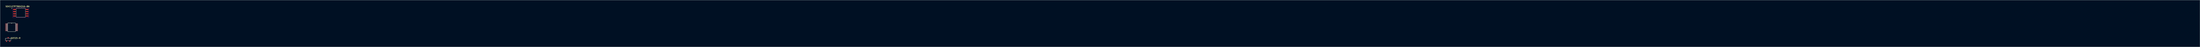
<source format=kicad_pcb>
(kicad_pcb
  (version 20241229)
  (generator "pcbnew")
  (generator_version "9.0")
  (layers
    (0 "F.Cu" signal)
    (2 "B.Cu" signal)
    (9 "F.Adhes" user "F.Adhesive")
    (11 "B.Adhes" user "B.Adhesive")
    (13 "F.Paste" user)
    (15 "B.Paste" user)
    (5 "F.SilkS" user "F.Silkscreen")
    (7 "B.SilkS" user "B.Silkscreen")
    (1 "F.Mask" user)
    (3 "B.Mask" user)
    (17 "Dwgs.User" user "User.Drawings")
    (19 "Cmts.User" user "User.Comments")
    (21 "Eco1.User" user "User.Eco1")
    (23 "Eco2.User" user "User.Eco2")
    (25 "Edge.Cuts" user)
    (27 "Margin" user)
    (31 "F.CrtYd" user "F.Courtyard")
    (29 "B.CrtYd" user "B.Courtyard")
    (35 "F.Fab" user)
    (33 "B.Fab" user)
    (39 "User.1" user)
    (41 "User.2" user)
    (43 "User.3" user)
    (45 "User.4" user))
  (footprint "SOP65P640X120-14N"
    (layer "F.Cu")
    (at 3.658 12.92)
    (property "Reference" "SOP65P640X120-14N" (at 1181.65 -2147.484 0) (layer "F.SilkS") (effects (font (size 250 250) (thickness 0.15))))
    (attr smd)
    (fp_line (start -2.261 2.54) (end 2.261 2.54) (stroke (width 0.152) (type solid)) (layer "F.SilkS"))
    (fp_line (start -0.305 -2.54) (end -2.261 -2.54) (stroke (width 0.152) (type solid)) (layer "F.SilkS"))
    (fp_line (start 0.305 -2.54) (end -0.305 -2.54) (stroke (width 0.152) (type solid)) (layer "F.SilkS"))
    (fp_line (start 2.261 -2.54) (end 0.305 -2.54) (stroke (width 0.152) (type solid)) (layer "F.SilkS"))
    (fp_arc (start 0.3048 -2.54) (mid 0 -2.2352) (end -0.3048 -2.54) (stroke (width 0.1) (type solid)) (layer "F.SilkS"))
    (fp_line (start -3.302 -2.108) (end -3.302 -1.803) (stroke (width 0.152) (type solid)) (layer "F.Fab"))
    (fp_line (start -3.302 -1.803) (end -2.261 -1.803) (stroke (width 0.152) (type solid)) (layer "F.Fab"))
    (fp_line (start -3.302 -1.448) (end -3.302 -1.143) (stroke (width 0.152) (type solid)) (layer "F.Fab"))
    (fp_line (start -3.302 -1.143) (end -2.261 -1.143) (stroke (width 0.152) (type solid)) (layer "F.Fab"))
    (fp_line (start -3.302 -0.787) (end -3.302 -0.508) (stroke (width 0.152) (type solid)) (layer "F.Fab"))
    (fp_line (start -3.302 -0.508) (end -2.261 -0.508) (stroke (width 0.152) (type solid)) (layer "F.Fab"))
    (fp_line (start -3.302 -0.152) (end -3.302 0.152) (stroke (width 0.152) (type solid)) (layer "F.Fab"))
    (fp_line (start -3.302 0.152) (end -2.261 0.152) (stroke (width 0.152) (type solid)) (layer "F.Fab"))
    (fp_line (start -3.302 0.508) (end -3.302 0.787) (stroke (width 0.152) (type solid)) (layer "F.Fab"))
    (fp_line (start -3.302 0.787) (end -2.261 0.787) (stroke (width 0.152) (type solid)) (layer "F.Fab"))
    (fp_line (start -3.302 1.143) (end -3.302 1.448) (stroke (width 0.152) (type solid)) (layer "F.Fab"))
    (fp_line (start -3.302 1.448) (end -2.261 1.448) (stroke (width 0.152) (type solid)) (layer "F.Fab"))
    (fp_line (start -3.302 1.803) (end -3.302 2.108) (stroke (width 0.152) (type solid)) (layer "F.Fab"))
    (fp_line (start -3.302 2.108) (end -2.261 2.108) (stroke (width 0.152) (type solid)) (layer "F.Fab"))
    (fp_line (start -2.261 -2.54) (end -2.261 2.54) (stroke (width 0.152) (type solid)) (layer "F.Fab"))
    (fp_line (start -2.261 -2.108) (end -3.302 -2.108) (stroke (width 0.152) (type solid)) (layer "F.Fab"))
    (fp_line (start -2.261 -1.803) (end -2.261 -2.108) (stroke (width 0.152) (type solid)) (layer "F.Fab"))
    (fp_line (start -2.261 -1.448) (end -3.302 -1.448) (stroke (width 0.152) (type solid)) (layer "F.Fab"))
    (fp_line (start -2.261 -1.143) (end -2.261 -1.448) (stroke (width 0.152) (type solid)) (layer "F.Fab"))
    (fp_line (start -2.261 -0.787) (end -3.302 -0.787) (stroke (width 0.152) (type solid)) (layer "F.Fab"))
    (fp_line (start -2.261 -0.508) (end -2.261 -0.787) (stroke (width 0.152) (type solid)) (layer "F.Fab"))
    (fp_line (start -2.261 -0.152) (end -3.302 -0.152) (stroke (width 0.152) (type solid)) (layer "F.Fab"))
    (fp_line (start -2.261 0.152) (end -2.261 -0.152) (stroke (width 0.152) (type solid)) (layer "F.Fab"))
    (fp_line (start -2.261 0.508) (end -3.302 0.508) (stroke (width 0.152) (type solid)) (layer "F.Fab"))
    (fp_line (start -2.261 0.787) (end -2.261 0.508) (stroke (width 0.152) (type solid)) (layer "F.Fab"))
    (fp_line (start -2.261 1.143) (end -3.302 1.143) (stroke (width 0.152) (type solid)) (layer "F.Fab"))
    (fp_line (start -2.261 1.448) (end -2.261 1.143) (stroke (width 0.152) (type solid)) (layer "F.Fab"))
    (fp_line (start -2.261 1.803) (end -3.302 1.803) (stroke (width 0.152) (type solid)) (layer "F.Fab"))
    (fp_line (start -2.261 2.108) (end -2.261 1.803) (stroke (width 0.152) (type solid)) (layer "F.Fab"))
    (fp_line (start -2.261 2.54) (end 2.261 2.54) (stroke (width 0.152) (type solid)) (layer "F.Fab"))
    (fp_line (start -0.305 -2.54) (end -2.261 -2.54) (stroke (width 0.152) (type solid)) (layer "F.Fab"))
    (fp_line (start 0.305 -2.54) (end -0.305 -2.54) (stroke (width 0.152) (type solid)) (layer "F.Fab"))
    (fp_line (start 2.261 -2.54) (end 0.305 -2.54) (stroke (width 0.152) (type solid)) (layer "F.Fab"))
    (fp_line (start 2.261 -2.108) (end 2.261 -1.803) (stroke (width 0.152) (type solid)) (layer "F.Fab"))
    (fp_line (start 2.261 -1.803) (end 3.302 -1.803) (stroke (width 0.152) (type solid)) (layer "F.Fab"))
    (fp_line (start 2.261 -1.448) (end 2.261 -1.143) (stroke (width 0.152) (type solid)) (layer "F.Fab"))
    (fp_line (start 2.261 -1.143) (end 3.302 -1.143) (stroke (width 0.152) (type solid)) (layer "F.Fab"))
    (fp_line (start 2.261 -0.787) (end 2.261 -0.508) (stroke (width 0.152) (type solid)) (layer "F.Fab"))
    (fp_line (start 2.261 -0.508) (end 3.302 -0.508) (stroke (width 0.152) (type solid)) (layer "F.Fab"))
    (fp_line (start 2.261 -0.152) (end 2.261 0.152) (stroke (width 0.152) (type solid)) (layer "F.Fab"))
    (fp_line (start 2.261 0.152) (end 3.302 0.152) (stroke (width 0.152) (type solid)) (layer "F.Fab"))
    (fp_line (start 2.261 0.508) (end 2.261 0.787) (stroke (width 0.152) (type solid)) (layer "F.Fab"))
    (fp_line (start 2.261 0.787) (end 3.302 0.787) (stroke (width 0.152) (type solid)) (layer "F.Fab"))
    (fp_line (start 2.261 1.143) (end 2.261 1.448) (stroke (width 0.152) (type solid)) (layer "F.Fab"))
    (fp_line (start 2.261 1.448) (end 3.302 1.448) (stroke (width 0.152) (type solid)) (layer "F.Fab"))
    (fp_line (start 2.261 1.803) (end 2.261 2.108) (stroke (width 0.152) (type solid)) (layer "F.Fab"))
    (fp_line (start 2.261 2.108) (end 3.302 2.108) (stroke (width 0.152) (type solid)) (layer "F.Fab"))
    (fp_line (start 2.261 2.54) (end 2.261 -2.54) (stroke (width 0.152) (type solid)) (layer "F.Fab"))
    (fp_line (start 3.302 -2.108) (end 2.261 -2.108) (stroke (width 0.152) (type solid)) (layer "F.Fab"))
    (fp_line (start 3.302 -1.803) (end 3.302 -2.108) (stroke (width 0.152) (type solid)) (layer "F.Fab"))
    (fp_line (start 3.302 -1.448) (end 2.261 -1.448) (stroke (width 0.152) (type solid)) (layer "F.Fab"))
    (fp_line (start 3.302 -1.143) (end 3.302 -1.448) (stroke (width 0.152) (type solid)) (layer "F.Fab"))
    (fp_line (start 3.302 -0.787) (end 2.261 -0.787) (stroke (width 0.152) (type solid)) (layer "F.Fab"))
    (fp_line (start 3.302 -0.508) (end 3.302 -0.787) (stroke (width 0.152) (type solid)) (layer "F.Fab"))
    (fp_line (start 3.302 -0.152) (end 2.261 -0.152) (stroke (width 0.152) (type solid)) (layer "F.Fab"))
    (fp_line (start 3.302 0.152) (end 3.302 -0.152) (stroke (width 0.152) (type solid)) (layer "F.Fab"))
    (fp_line (start 3.302 0.508) (end 2.261 0.508) (stroke (width 0.152) (type solid)) (layer "F.Fab"))
    (fp_line (start 3.302 0.787) (end 3.302 0.508) (stroke (width 0.152) (type solid)) (layer "F.Fab"))
    (fp_line (start 3.302 1.143) (end 2.261 1.143) (stroke (width 0.152) (type solid)) (layer "F.Fab"))
    (fp_line (start 3.302 1.448) (end 3.302 1.143) (stroke (width 0.152) (type solid)) (layer "F.Fab"))
    (fp_line (start 3.302 1.803) (end 2.261 1.803) (stroke (width 0.152) (type solid)) (layer "F.Fab"))
    (fp_line (start 3.302 2.108) (end 3.302 1.803) (stroke (width 0.152) (type solid)) (layer "F.Fab"))
    (fp_arc (start 0.3048 -2.54) (mid 0 -2.2352) (end -0.3048 -2.54) (stroke (width 0.1) (type solid)) (layer "F.Fab"))
    (pad "1" smd rect (at -2.921 -1.956) (size 1.473 0.356) (layers "F.Cu" "F.Mask" "F.Paste"))
    (pad "2" smd rect (at -2.921 -1.295) (size 1.473 0.356) (layers "F.Cu" "F.Mask" "F.Paste"))
    (pad "3" smd rect (at -2.921 -0.66) (size 1.473 0.356) (layers "F.Cu" "F.Mask" "F.Paste"))
    (pad "4" smd rect (at -2.921 0) (size 1.473 0.356) (layers "F.Cu" "F.Mask" "F.Paste"))
    (pad "5" smd rect (at -2.921 0.66) (size 1.473 0.356) (layers "F.Cu" "F.Mask" "F.Paste"))
    (pad "6" smd rect (at -2.921 1.295) (size 1.473 0.356) (layers "F.Cu" "F.Mask" "F.Paste"))
    (pad "7" smd rect (at -2.921 1.956) (size 1.473 0.356) (layers "F.Cu" "F.Mask" "F.Paste"))
    (pad "8" smd rect (at 2.921 1.956) (size 1.473 0.356) (layers "F.Cu" "F.Mask" "F.Paste"))
    (pad "9" smd rect (at 2.921 1.295) (size 1.473 0.356) (layers "F.Cu" "F.Mask" "F.Paste"))
    (pad "10" smd rect (at 2.921 0.66) (size 1.473 0.356) (layers "F.Cu" "F.Mask" "F.Paste"))
    (pad "11" smd rect (at 2.921 0) (size 1.473 0.356) (layers "F.Cu" "F.Mask" "F.Paste"))
    (pad "12" smd rect (at 2.921 -0.66) (size 1.473 0.356) (layers "F.Cu" "F.Mask" "F.Paste"))
    (pad "13" smd rect (at 2.921 -1.295) (size 1.473 0.356) (layers "F.Cu" "F.Mask" "F.Paste"))
    (pad "14" smd rect (at 2.921 -1.956) (size 1.473 0.356) (layers "F.Cu" "F.Mask" "F.Paste")))
  (footprint "SOT23-R"
    (layer "F.Cu")
    (at 1.649 20.031)
    (property "Reference" "SOT23-R" (at 4.323 -0.763 0) (layer "F.SilkS") (effects (font (size 0.801 0.801) (thickness 0.15))))
    (attr smd)
    (fp_line (start -1.572 -0.66) (end -0.514 -0.66) (stroke (width 0.152) (type solid)) (layer "F.SilkS"))
    (fp_line (start -1.572 0.652) (end -1.572 -0.66) (stroke (width 0.152) (type solid)) (layer "F.SilkS"))
    (fp_line (start 0.564 -0.66) (end 1.572 -0.66) (stroke (width 0.152) (type solid)) (layer "F.SilkS"))
    (fp_line (start 1.572 -0.66) (end 1.572 0.652) (stroke (width 0.152) (type solid)) (layer "F.SilkS"))
    (fp_line (start -1.572 -0.66) (end 1.572 -0.66) (stroke (width 0.152) (type solid)) (layer "F.Fab"))
    (fp_line (start -1.572 0.66) (end -1.572 -0.66) (stroke (width 0.152) (type solid)) (layer "F.Fab"))
    (fp_line (start 1.572 -0.66) (end 1.572 0.66) (stroke (width 0.152) (type solid)) (layer "F.Fab"))
    (fp_line (start 1.572 0.66) (end -1.572 0.66) (stroke (width 0.152) (type solid)) (layer "F.Fab"))
    (fp_poly (pts (xy -1.17 0.711) (xy -0.711 0.711) (xy -0.711 1.297) (xy -1.17 1.297)) (stroke (width 0.01) (type solid)) (fill no) (layer "F.Fab"))
    (fp_poly (pts (xy -0.229 -1.295) (xy 0.229 -1.295) (xy 0.229 -0.711) (xy -0.229 -0.711)) (stroke (width 0.01) (type solid)) (fill no) (layer "F.Fab"))
    (fp_poly (pts (xy 0.711 0.711) (xy 1.168 0.711) (xy 1.168 1.296) (xy 0.711 1.296)) (stroke (width 0.01) (type solid)) (fill no) (layer "F.Fab"))
    (pad "1" smd rect (at -0.95 1) (size 0.6 0.7) (layers "F.Cu" "F.Mask" "F.Paste"))
    (pad "2" smd rect (at 0.95 1) (size 0.6 0.7) (layers "F.Cu" "F.Mask" "F.Paste"))
    (pad "3" smd rect (at 0 -1) (size 0.6 0.7) (layers "F.Cu" "F.Mask" "F.Paste")))
  (footprint "SOIC127P790X216-8N"
    (layer "F.Cu")
    (at 8.945 4.414)
    (property "Reference" "SOIC127P790X216-8N" (at -1.905 -3.683 0) (layer "F.SilkS") (effects (font (size 0.8 0.8) (thickness 0.15))))
    (attr smd)
    (fp_line (start -2.64 -2.615) (end 2.64 -2.615) (stroke (width 0.127) (type solid)) (layer "F.SilkS"))
    (fp_line (start -2.64 2.615) (end 2.64 2.615) (stroke (width 0.127) (type solid)) (layer "F.SilkS"))
    (fp_circle (center -5.215 -2.515) (end -5.115 -2.515) (stroke (width 0.2) (type solid)) (fill no) (layer "F.SilkS"))
    (fp_line (start -4.66 -2.865) (end -4.66 2.865) (stroke (width 0.05) (type solid)) (layer "F.CrtYd"))
    (fp_line (start -4.66 -2.865) (end 4.66 -2.865) (stroke (width 0.05) (type solid)) (layer "F.CrtYd"))
    (fp_line (start -4.66 2.865) (end 4.66 2.865) (stroke (width 0.05) (type solid)) (layer "F.CrtYd"))
    (fp_line (start 4.66 -2.865) (end 4.66 2.865) (stroke (width 0.05) (type solid)) (layer "F.CrtYd"))
    (fp_line (start -2.64 -2.615) (end -2.64 2.615) (stroke (width 0.127) (type solid)) (layer "F.Fab"))
    (fp_line (start -2.64 -2.615) (end 2.64 -2.615) (stroke (width 0.127) (type solid)) (layer "F.Fab"))
    (fp_line (start -2.64 2.615) (end 2.64 2.615) (stroke (width 0.127) (type solid)) (layer "F.Fab"))
    (fp_line (start 2.64 -2.615) (end 2.64 2.615) (stroke (width 0.127) (type solid)) (layer "F.Fab"))
    (fp_circle (center -5.215 -2.515) (end -5.115 -2.515) (stroke (width 0.2) (type solid)) (fill no) (layer "F.Fab"))
    (pad "1" smd roundrect (at -3.605 -1.905) (size 1.61 0.61) (layers "F.Cu" "F.Mask" "F.Paste") (roundrect_rratio 0.125))
    (pad "2" smd roundrect (at -3.605 -0.635) (size 1.61 0.61) (layers "F.Cu" "F.Mask" "F.Paste") (roundrect_rratio 0.125))
    (pad "3" smd roundrect (at -3.605 0.635) (size 1.61 0.61) (layers "F.Cu" "F.Mask" "F.Paste") (roundrect_rratio 0.125))
    (pad "4" smd roundrect (at -3.605 1.905) (size 1.61 0.61) (layers "F.Cu" "F.Mask" "F.Paste") (roundrect_rratio 0.125))
    (pad "5" smd roundrect (at 3.605 1.905) (size 1.61 0.61) (layers "F.Cu" "F.Mask" "F.Paste") (roundrect_rratio 0.125))
    (pad "6" smd roundrect (at 3.605 0.635) (size 1.61 0.61) (layers "F.Cu" "F.Mask" "F.Paste") (roundrect_rratio 0.125))
    (pad "7" smd roundrect (at 3.605 -0.635) (size 1.61 0.61) (layers "F.Cu" "F.Mask" "F.Paste") (roundrect_rratio 0.125))
    (pad "8" smd roundrect (at 3.605 -1.905) (size 1.61 0.61) (layers "F.Cu" "F.Mask" "F.Paste") (roundrect_rratio 0.125)))
  (gr_rect
    (start -3 -3)
    (end 1265.778 24.381)
    (stroke (width 0.1) (type default))
    (fill no)
    (layer "Edge.Cuts")))
</source>
